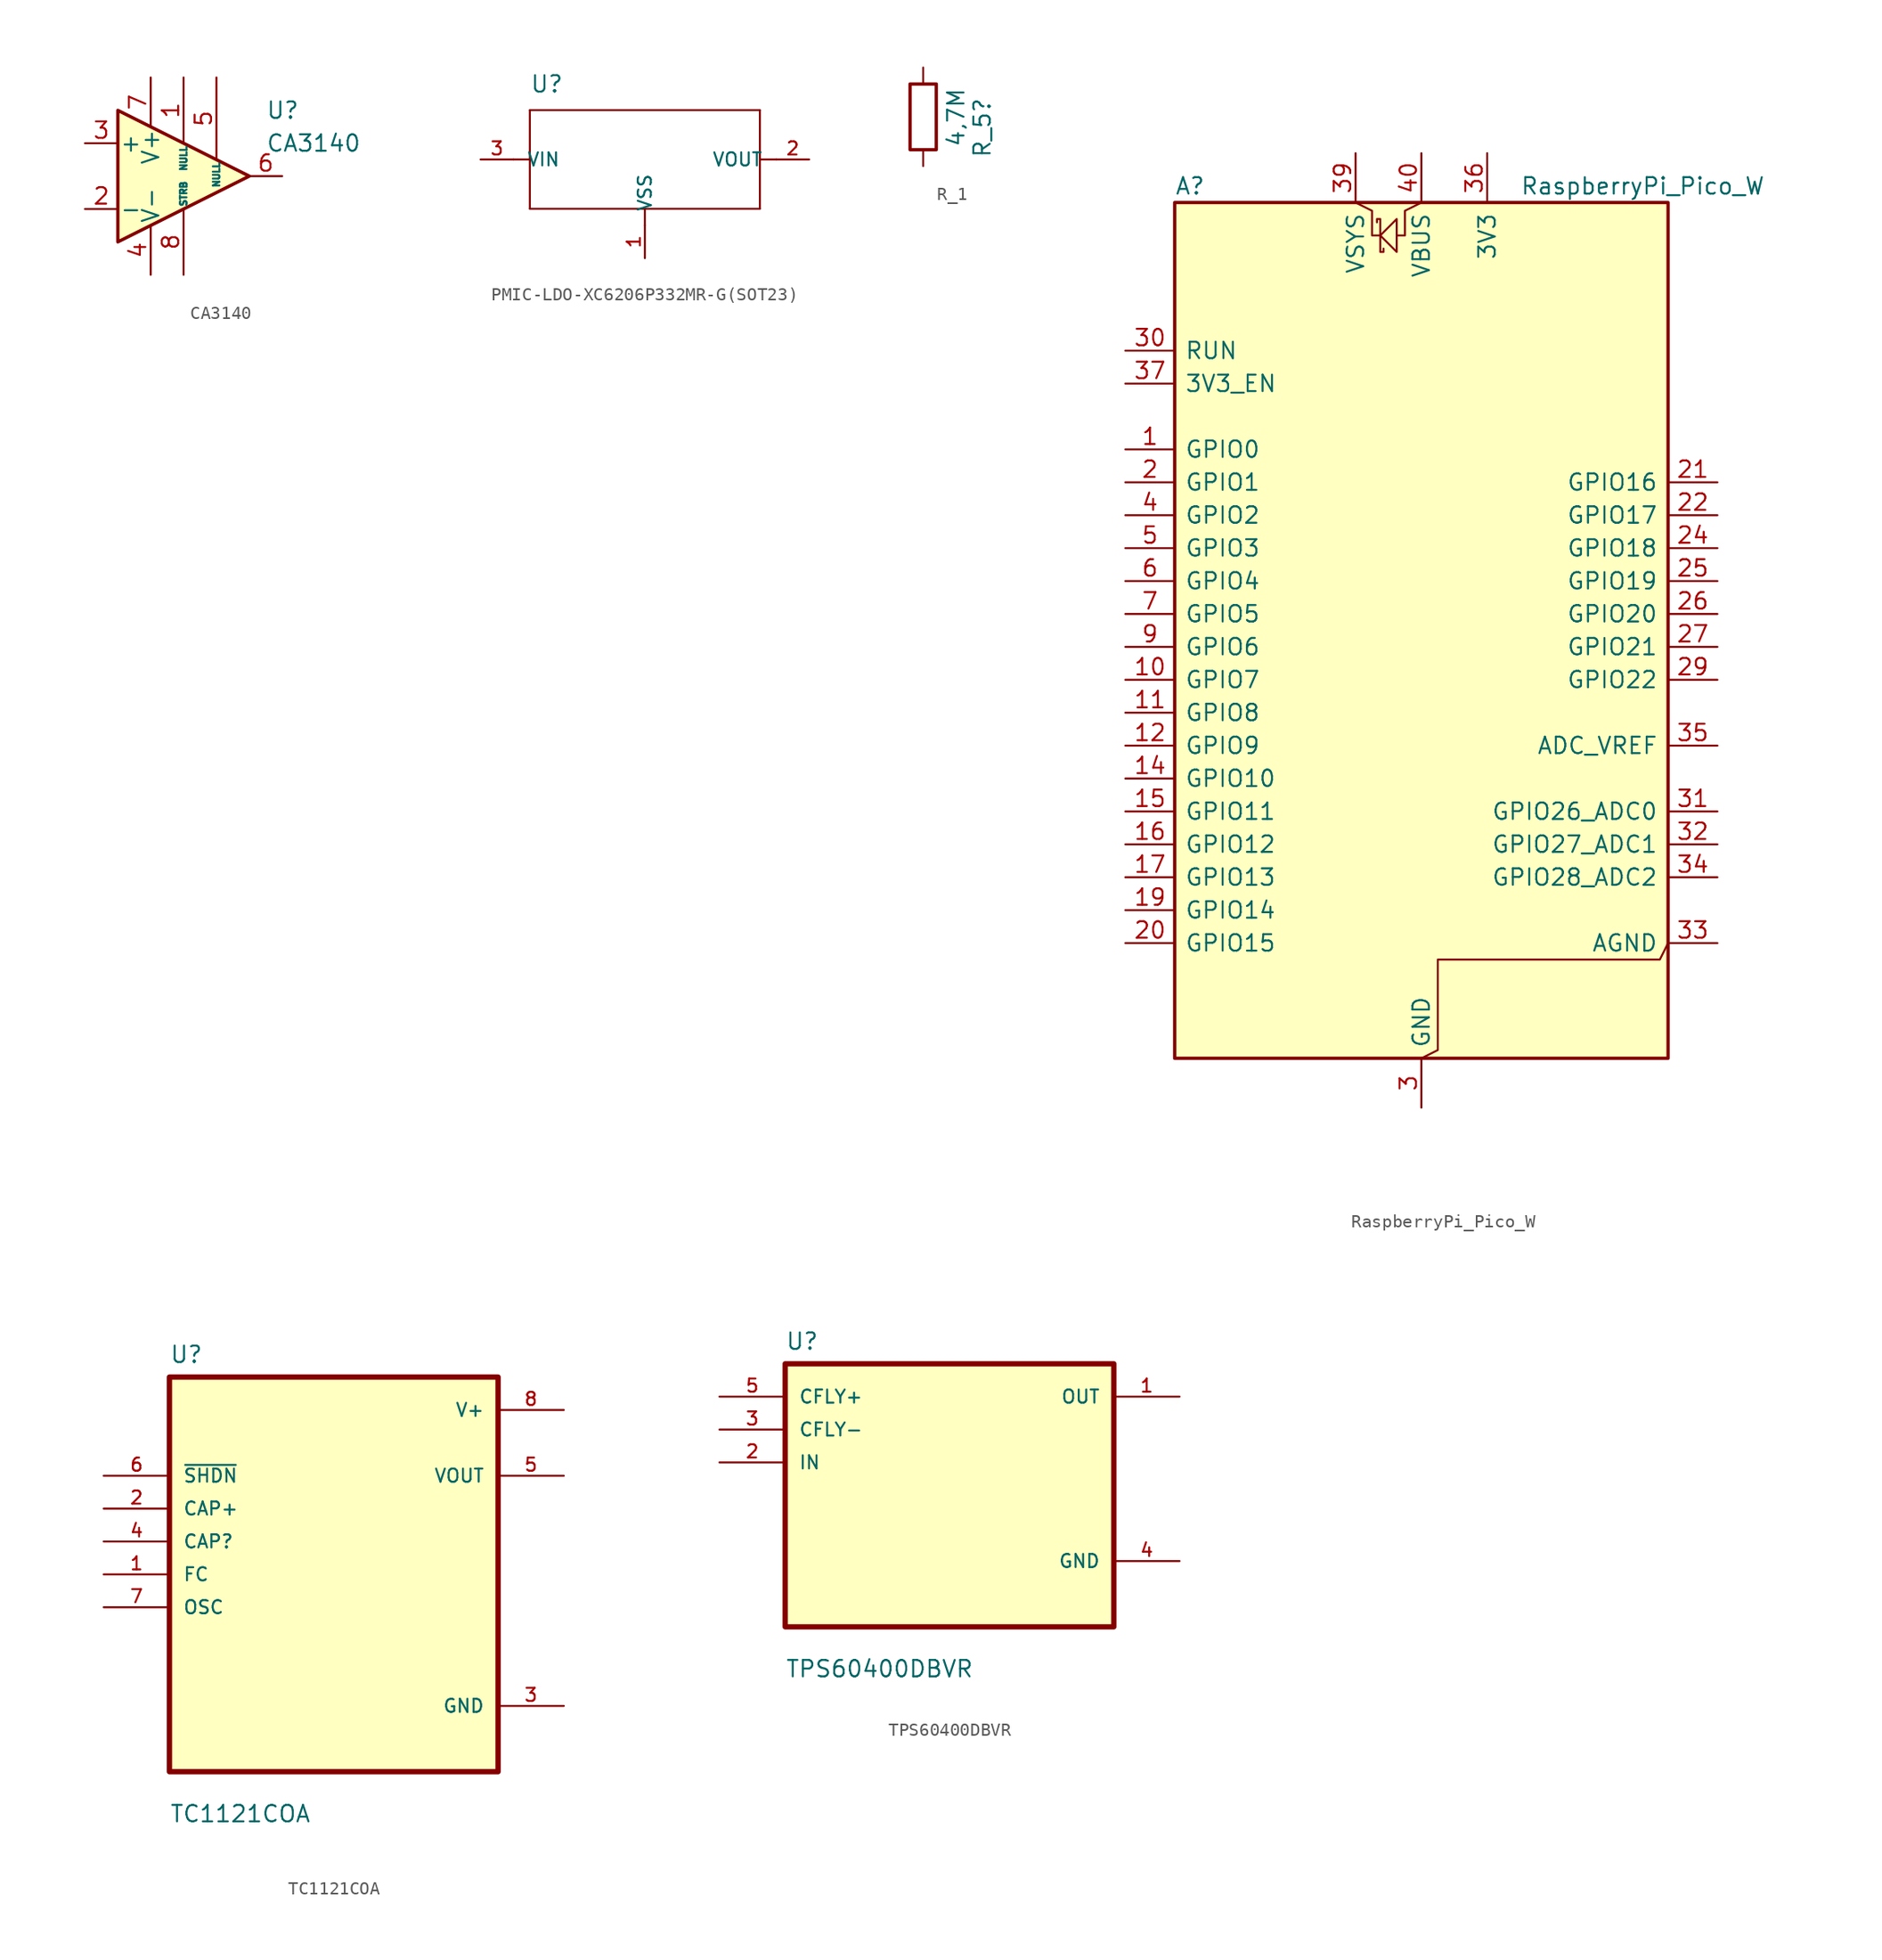
<source format=kicad_sym>
(kicad_symbol_lib
  (version 20241209)
  (generator "kicad_symbol_editor")
  (generator_version "9.0")
  (symbol "CA3140"
    (pin_names
      (offset 0.127))
    (property "Reference" "U"
      (at 6.35 5.08 0)
      (effects (font (size 1.27 1.27)) (justify left)))
    (property "Value" "CA3140"
      (at 6.35 2.54 0)
      (effects (font (size 1.27 1.27)) (justify left)))
    (symbol "CA3140_0_1"
      (polyline (pts (xy -5.08 5.08) (xy 5.08 0) (xy -5.08 -5.08) (xy -5.08 5.08)) (stroke (width 0.254) (type default)) (fill (type background))))
    (symbol "CA3140_1_1"
      (pin input line (at -7.62 2.54 0) (length 2.54) (name "+" (effects (font (size 1.27 1.27)))) (number "3" (effects (font (size 1.27 1.27)))))
      (pin input line (at -7.62 -2.54 0) (length 2.54) (name "-" (effects (font (size 1.27 1.27)))) (number "2" (effects (font (size 1.27 1.27)))))
      (pin power_in line (at -2.54 7.62 270) (length 3.81) (name "V+" (effects (font (size 1.27 1.27)))) (number "7" (effects (font (size 1.27 1.27)))))
      (pin power_in line (at -2.54 -7.62 90) (length 3.81) (name "V-" (effects (font (size 1.27 1.27)))) (number "4" (effects (font (size 1.27 1.27)))))
      (pin passive line (at 0 7.62 270) (length 5.08) (name "NULL" (effects (font (size 0.508 0.508)))) (number "1" (effects (font (size 1.27 1.27)))))
      (pin passive line (at 0 -7.62 90) (length 5.08) (name "STRB" (effects (font (size 0.508 0.508)))) (number "8" (effects (font (size 1.27 1.27)))))
      (pin passive line (at 2.54 7.62 270) (length 6.35) (name "NULL" (effects (font (size 0.508 0.508)))) (number "5" (effects (font (size 1.27 1.27)))))
      (pin output line (at 7.62 0 180) (length 2.54) (name "~" (effects (font (size 1.27 1.27)))) (number "6" (effects (font (size 1.27 1.27)))))))
  (symbol "PMIC-LDO-XC6206P332MR-G(SOT23)"
    (pin_names
      (offset 1.016))
    (property "Reference" "U"
      (at -8.89 5.08 0)
      (effects (font (size 1.27 1.27)) (justify left bottom)))
    (property "ki_locked" ""
      (at 0 0 0)
      (effects (font (size 1.27 1.27))))
    (symbol "PMIC-LDO-XC6206P332MR-G(SOT23)_0_0"
      (polyline (pts (xy -10.16 0) (xy -8.89 0)) (stroke (width 0.152) (type solid)) (fill (type none)))
      (polyline (pts (xy -8.89 3.81) (xy 8.89 3.81)) (stroke (width 0.152) (type solid)) (fill (type none)))
      (polyline (pts (xy -8.89 0) (xy -8.89 3.81)) (stroke (width 0.152) (type solid)) (fill (type none)))
      (polyline (pts (xy -8.89 -3.81) (xy -8.89 0)) (stroke (width 0.152) (type solid)) (fill (type none)))
      (polyline (pts (xy 0 -3.81) (xy -8.89 -3.81)) (stroke (width 0.152) (type solid)) (fill (type none)))
      (polyline (pts (xy 0 -5.08) (xy 0 -3.81)) (stroke (width 0.152) (type solid)) (fill (type none)))
      (polyline (pts (xy 8.89 3.81) (xy 8.89 0)) (stroke (width 0.152) (type solid)) (fill (type none)))
      (polyline (pts (xy 8.89 0) (xy 8.89 -3.81)) (stroke (width 0.152) (type solid)) (fill (type none)))
      (polyline (pts (xy 8.89 -3.81) (xy 0 -3.81)) (stroke (width 0.152) (type solid)) (fill (type none)))
      (polyline (pts (xy 10.16 0) (xy 8.89 0)) (stroke (width 0.152) (type solid)) (fill (type none)))
      (pin input line (at -12.7 0 0) (length 2.54) (name "VIN" (effects (font (size 1.016 1.016)))) (number "3" (effects (font (size 1.016 1.016)))))
      (pin output line (at 0 -7.62 90) (length 2.54) (name "VSS" (effects (font (size 1.016 1.016)))) (number "1" (effects (font (size 1.016 1.016)))))
      (pin output line (at 12.7 0 180) (length 2.54) (name "VOUT" (effects (font (size 1.016 1.016)))) (number "2" (effects (font (size 1.016 1.016)))))))
  (symbol "R_1"
    (pin_numbers
      (hide yes))
    (pin_names
      (offset 0))
    (property "Reference" "R_5"
      (at 4.572 1.524 90)
      (effects (font (size 1.27 1.27)) (justify right)))
    (property "Value" "4,7M"
      (at 2.54 2.286 90)
      (effects (font (size 1.27 1.27)) (justify right)))
    (symbol "R_1_0_1"
      (rectangle (start -1.016 2.54) (end 1.016 -2.54) (stroke (width 0.254) (type default)) (fill (type none))))
    (symbol "R_1_1_1"
      (pin passive line (at 0 3.81 270) (length 1.27) (name "~" (effects (font (size 1.27 1.27)))) (number "1" (effects (font (size 1.27 1.27)))))
      (pin passive line (at 0 -3.81 90) (length 1.27) (name "~" (effects (font (size 1.27 1.27)))) (number "2" (effects (font (size 1.27 1.27)))))))
  (symbol "RaspberryPi_Pico_W"
    (pin_names
      (offset 0.762))
    (property "Reference" "A"
      (at -19.05 35.56 0)
      (effects (font (size 1.27 1.27)) (justify left)))
    (property "Value" "RaspberryPi_Pico_W"
      (at 7.62 35.56 0)
      (effects (font (size 1.27 1.27)) (justify left)))
    (symbol "RaspberryPi_Pico_W_0_1"
      (rectangle (start -19.05 34.29) (end 19.05 -31.75) (stroke (width 0.254) (type default)) (fill (type background)))
      (polyline (pts (xy -5.08 34.29) (xy -3.81 33.655) (xy -3.81 31.75) (xy -3.175 31.75)) (stroke (width 0) (type default)) (fill (type none)))
      (polyline (pts (xy -3.429 32.766) (xy -3.429 33.02) (xy -3.175 33.02) (xy -3.175 30.48) (xy -2.921 30.48) (xy -2.921 30.734)) (stroke (width 0) (type default)) (fill (type none)))
      (polyline (pts (xy -3.175 31.75) (xy -1.905 33.02) (xy -1.905 30.48) (xy -3.175 31.75)) (stroke (width 0) (type default)) (fill (type none)))
      (polyline (pts (xy 0 34.29) (xy -1.27 33.655) (xy -1.27 31.75) (xy -1.905 31.75)) (stroke (width 0) (type default)) (fill (type none)))
      (polyline (pts (xy 0 -31.75) (xy 1.27 -31.115) (xy 1.27 -24.13) (xy 18.415 -24.13) (xy 19.05 -22.86)) (stroke (width 0) (type default)) (fill (type none))))
    (symbol "RaspberryPi_Pico_W_1_1"
      (pin passive line (at -22.86 22.86 0) (length 3.81) (name "RUN" (effects (font (size 1.27 1.27)))) (number "30" (effects (font (size 1.27 1.27)))) (alternate "~{RESET}" passive line))
      (pin passive line (at -22.86 20.32 0) (length 3.81) (name "3V3_EN" (effects (font (size 1.27 1.27)))) (number "37" (effects (font (size 1.27 1.27)))) (alternate "~{3V3_DISABLE}" passive line))
      (pin bidirectional line (at -22.86 15.24 0) (length 3.81) (name "GPIO0" (effects (font (size 1.27 1.27)))) (number "1" (effects (font (size 1.27 1.27)))) (alternate "I2C0_SDA" bidirectional line) (alternate "PWM0_A" output line) (alternate "SPI0_RX" input line) (alternate "UART0_TX" output line) (alternate "USB_OVCUR_DET" input line))
      (pin bidirectional line (at -22.86 12.7 0) (length 3.81) (name "GPIO1" (effects (font (size 1.27 1.27)))) (number "2" (effects (font (size 1.27 1.27)))) (alternate "I2C0_SCL" bidirectional clock) (alternate "PWM0_B" bidirectional line) (alternate "UART0_RX" input line) (alternate "USB_VBUS_DET" passive line) (alternate "~{SPI0_CSn}" bidirectional line))
      (pin bidirectional line (at -22.86 10.16 0) (length 3.81) (name "GPIO2" (effects (font (size 1.27 1.27)))) (number "4" (effects (font (size 1.27 1.27)))) (alternate "I2C1_SDA" bidirectional line) (alternate "PWM1_A" output line) (alternate "SPI0_SCK" bidirectional clock) (alternate "UART0_CTS" input line) (alternate "USB_VBUS_EN" output line))
      (pin bidirectional line (at -22.86 7.62 0) (length 3.81) (name "GPIO3" (effects (font (size 1.27 1.27)))) (number "5" (effects (font (size 1.27 1.27)))) (alternate "I2C1_SCL" bidirectional clock) (alternate "PWM1_B" bidirectional line) (alternate "SPI0_TX" output line) (alternate "UART0_RTS" output line) (alternate "USB_OVCUR_DET" input line))
      (pin bidirectional line (at -22.86 5.08 0) (length 3.81) (name "GPIO4" (effects (font (size 1.27 1.27)))) (number "6" (effects (font (size 1.27 1.27)))) (alternate "I2C0_SDA" bidirectional line) (alternate "PWM2_A" output line) (alternate "SPI0_RX" input line) (alternate "UART1_TX" output line) (alternate "USB_VBUS_DET" input line))
      (pin bidirectional line (at -22.86 2.54 0) (length 3.81) (name "GPIO5" (effects (font (size 1.27 1.27)))) (number "7" (effects (font (size 1.27 1.27)))) (alternate "I2C0_SCL" bidirectional clock) (alternate "PWM2_B" bidirectional line) (alternate "UART1_RX" input line) (alternate "USB_VBUS_EN" output line) (alternate "~{SPI0_CSn}" bidirectional line))
      (pin bidirectional line (at -22.86 0 0) (length 3.81) (name "GPIO6" (effects (font (size 1.27 1.27)))) (number "9" (effects (font (size 1.27 1.27)))) (alternate "I2C1_SDA" bidirectional line) (alternate "PWM3_A" output line) (alternate "SPI0_SCK" bidirectional clock) (alternate "UART1_CTS" input line) (alternate "USB_OVCUR_DET" input line))
      (pin bidirectional line (at -22.86 -2.54 0) (length 3.81) (name "GPIO7" (effects (font (size 1.27 1.27)))) (number "10" (effects (font (size 1.27 1.27)))) (alternate "I2C1_SCL" bidirectional clock) (alternate "PWM3_B" bidirectional line) (alternate "SPI0_TX" output line) (alternate "UART1_RTS" output line) (alternate "USB_VBUS_DET" input line))
      (pin bidirectional line (at -22.86 -5.08 0) (length 3.81) (name "GPIO8" (effects (font (size 1.27 1.27)))) (number "11" (effects (font (size 1.27 1.27)))) (alternate "I2C0_SDA" bidirectional line) (alternate "PWM4_A" output line) (alternate "SPI1_RX" input line) (alternate "UART1_TX" output line) (alternate "USB_VBUS_EN" output line))
      (pin bidirectional line (at -22.86 -7.62 0) (length 3.81) (name "GPIO9" (effects (font (size 1.27 1.27)))) (number "12" (effects (font (size 1.27 1.27)))) (alternate "I2C0_SCL" bidirectional clock) (alternate "PWM4_B" bidirectional line) (alternate "UART1_RX" input line) (alternate "USB_OVCUR_DET" input line) (alternate "~{SPI1_CSn}" bidirectional line))
      (pin bidirectional line (at -22.86 -10.16 0) (length 3.81) (name "GPIO10" (effects (font (size 1.27 1.27)))) (number "14" (effects (font (size 1.27 1.27)))) (alternate "I2C1_SDA" bidirectional line) (alternate "PWM5_A" output line) (alternate "SPI1_SCK" bidirectional clock) (alternate "UART1_CTS" input line) (alternate "USB_VBUS_DET" input line))
      (pin bidirectional line (at -22.86 -12.7 0) (length 3.81) (name "GPIO11" (effects (font (size 1.27 1.27)))) (number "15" (effects (font (size 1.27 1.27)))) (alternate "I2C1_SCL" bidirectional clock) (alternate "PWM5_B" bidirectional line) (alternate "SPI1_TX" output line) (alternate "UART1_RTS" output line) (alternate "USB_VBUS_EN" output line))
      (pin bidirectional line (at -22.86 -15.24 0) (length 3.81) (name "GPIO12" (effects (font (size 1.27 1.27)))) (number "16" (effects (font (size 1.27 1.27)))) (alternate "I2C0_SDA" bidirectional line) (alternate "PWM6_A" output line) (alternate "SPI1_RX" input line) (alternate "UART0_TX" output line) (alternate "USB_OVCUR_DET" input line))
      (pin bidirectional line (at -22.86 -17.78 0) (length 3.81) (name "GPIO13" (effects (font (size 1.27 1.27)))) (number "17" (effects (font (size 1.27 1.27)))) (alternate "I2C0_SCL" bidirectional clock) (alternate "PWM6_B" bidirectional line) (alternate "UART0_RX" input line) (alternate "USB_VBUS_DET" input line) (alternate "~{SPI1_CSn}" bidirectional line))
      (pin bidirectional line (at -22.86 -20.32 0) (length 3.81) (name "GPIO14" (effects (font (size 1.27 1.27)))) (number "19" (effects (font (size 1.27 1.27)))) (alternate "I2C1_SDA" bidirectional line) (alternate "PWM7_A" output line) (alternate "SPI1_SCK" bidirectional clock) (alternate "UART0_CTS" input line) (alternate "USB_VBUS_EN" output line))
      (pin bidirectional line (at -22.86 -22.86 0) (length 3.81) (name "GPIO15" (effects (font (size 1.27 1.27)))) (number "20" (effects (font (size 1.27 1.27)))) (alternate "I2C1_SCL" bidirectional clock) (alternate "PWM7_B" bidirectional line) (alternate "SPI1_TX" output line) (alternate "UART0_RTS" output line) (alternate "USB_OVCUR_DET" input line))
      (pin power_in line (at -5.08 38.1 270) (length 3.81) (name "VSYS" (effects (font (size 1.27 1.27)))) (number "39" (effects (font (size 1.27 1.27)))) (alternate "VSYS_OUT" power_out line))
      (pin power_out line (at 0 38.1 270) (length 3.81) (name "VBUS" (effects (font (size 1.27 1.27)))) (number "40" (effects (font (size 1.27 1.27)))) (alternate "VBUS_IN" power_in line))
      (pin passive line (at 0 -35.56 90) (length 3.81) (hide yes) (name "GND" (effects (font (size 1.27 1.27)))) (number "13" (effects (font (size 1.27 1.27)))))
      (pin passive line (at 0 -35.56 90) (length 3.81) (hide yes) (name "GND" (effects (font (size 1.27 1.27)))) (number "18" (effects (font (size 1.27 1.27)))))
      (pin passive line (at 0 -35.56 90) (length 3.81) (hide yes) (name "GND" (effects (font (size 1.27 1.27)))) (number "23" (effects (font (size 1.27 1.27)))))
      (pin passive line (at 0 -35.56 90) (length 3.81) (hide yes) (name "GND" (effects (font (size 1.27 1.27)))) (number "28" (effects (font (size 1.27 1.27)))))
      (pin power_out line (at 0 -35.56 90) (length 3.81) (name "GND" (effects (font (size 1.27 1.27)))) (number "3" (effects (font (size 1.27 1.27)))) (alternate "GND_IN" power_in line))
      (pin passive line (at 0 -35.56 90) (length 3.81) (hide yes) (name "GND" (effects (font (size 1.27 1.27)))) (number "38" (effects (font (size 1.27 1.27)))))
      (pin passive line (at 0 -35.56 90) (length 3.81) (hide yes) (name "GND" (effects (font (size 1.27 1.27)))) (number "8" (effects (font (size 1.27 1.27)))))
      (pin power_out line (at 5.08 38.1 270) (length 3.81) (name "3V3" (effects (font (size 1.27 1.27)))) (number "36" (effects (font (size 1.27 1.27)))))
      (pin bidirectional line (at 22.86 12.7 180) (length 3.81) (name "GPIO16" (effects (font (size 1.27 1.27)))) (number "21" (effects (font (size 1.27 1.27)))) (alternate "I2C0_SDA" bidirectional line) (alternate "PWM0_A" output line) (alternate "SPI0_RX" input line) (alternate "UART0_TX" output line) (alternate "USB_VBUS_DET" input line))
      (pin bidirectional line (at 22.86 10.16 180) (length 3.81) (name "GPIO17" (effects (font (size 1.27 1.27)))) (number "22" (effects (font (size 1.27 1.27)))) (alternate "I2C0_SCL" bidirectional clock) (alternate "PWM0_B" bidirectional line) (alternate "UART0_RX" input line) (alternate "USB_VBUS_EN" output line) (alternate "~{SPI0_CSn}" bidirectional line))
      (pin bidirectional line (at 22.86 7.62 180) (length 3.81) (name "GPIO18" (effects (font (size 1.27 1.27)))) (number "24" (effects (font (size 1.27 1.27)))) (alternate "I2C1_SDA" bidirectional line) (alternate "PWM1_A" output line) (alternate "SPI0_SCK" bidirectional clock) (alternate "UART0_CTS" input line) (alternate "USB_OVCUR_DET" input line))
      (pin bidirectional line (at 22.86 5.08 180) (length 3.81) (name "GPIO19" (effects (font (size 1.27 1.27)))) (number "25" (effects (font (size 1.27 1.27)))) (alternate "I2C1_SCL" bidirectional clock) (alternate "PWM1_B" bidirectional line) (alternate "SPI0_TX" output line) (alternate "UART0_RTS" output line) (alternate "USB_VBUS_DET" input line))
      (pin bidirectional line (at 22.86 2.54 180) (length 3.81) (name "GPIO20" (effects (font (size 1.27 1.27)))) (number "26" (effects (font (size 1.27 1.27)))) (alternate "CLOCK_GPIN0" input clock) (alternate "I2C0_SDA" bidirectional line) (alternate "PWM2_A" output line) (alternate "SPI0_RX" input line) (alternate "UART1_TX" output line) (alternate "USB_VBUS_EN" output line))
      (pin bidirectional line (at 22.86 0 180) (length 3.81) (name "GPIO21" (effects (font (size 1.27 1.27)))) (number "27" (effects (font (size 1.27 1.27)))) (alternate "CLOCK_GPOUT0" output clock) (alternate "I2C0_SCL" bidirectional clock) (alternate "PWM2_B" bidirectional line) (alternate "UART1_RX" input line) (alternate "USB_OVCUR_DET" input line) (alternate "~{SPI0_CSn}" bidirectional line))
      (pin bidirectional line (at 22.86 -2.54 180) (length 3.81) (name "GPIO22" (effects (font (size 1.27 1.27)))) (number "29" (effects (font (size 1.27 1.27)))) (alternate "CLOCK_GPIN1" input clock) (alternate "I2C1_SDA" bidirectional line) (alternate "PWM3_A" output line) (alternate "SPI0_SCK" bidirectional clock) (alternate "UART1_CTS" input line) (alternate "USB_VBUS_DET" input line))
      (pin power_in line (at 22.86 -7.62 180) (length 3.81) (name "ADC_VREF" (effects (font (size 1.27 1.27)))) (number "35" (effects (font (size 1.27 1.27)))))
      (pin bidirectional line (at 22.86 -12.7 180) (length 3.81) (name "GPIO26_ADC0" (effects (font (size 1.27 1.27)))) (number "31" (effects (font (size 1.27 1.27)))) (alternate "ADC0" input line) (alternate "GPIO26" bidirectional line) (alternate "I2C1_SDA" bidirectional line) (alternate "PWM5_A" output line) (alternate "SPI1_SCK" bidirectional clock) (alternate "UART1_CTS" input line) (alternate "USB_VBUS_EN" output line))
      (pin bidirectional line (at 22.86 -15.24 180) (length 3.81) (name "GPIO27_ADC1" (effects (font (size 1.27 1.27)))) (number "32" (effects (font (size 1.27 1.27)))) (alternate "ADC1" input line) (alternate "GPIO27" bidirectional line) (alternate "I2C1_SCL" bidirectional clock) (alternate "PWM5_B" bidirectional line) (alternate "SPI1_TX" output line) (alternate "UART1_RTS" output line) (alternate "USB_OVCUR_DET" input line))
      (pin bidirectional line (at 22.86 -17.78 180) (length 3.81) (name "GPIO28_ADC2" (effects (font (size 1.27 1.27)))) (number "34" (effects (font (size 1.27 1.27)))) (alternate "ADC2" input line) (alternate "GPIO28" bidirectional line) (alternate "I2C0_SDA" bidirectional line) (alternate "PWM6_A" output line) (alternate "SPI1_RX" input line) (alternate "UART0_TX" output line) (alternate "USB_VBUS_DET" input line))
      (pin power_out line (at 22.86 -22.86 180) (length 3.81) (name "AGND" (effects (font (size 1.27 1.27)))) (number "33" (effects (font (size 1.27 1.27)))) (alternate "GND" passive line))))
  (symbol "TC1121COA"
    (pin_names
      (offset 1.016))
    (property "Reference" "U"
      (at -12.7 16.24 0)
      (effects (font (size 1.27 1.27)) (justify left bottom)))
    (property "Value" "TC1121COA"
      (at -12.7 -19.24 0)
      (effects (font (size 1.27 1.27)) (justify left bottom)))
    (symbol "TC1121COA_0_0"
      (rectangle (start -12.7 -15.24) (end 12.7 15.24) (stroke (width 0.41) (type default)) (fill (type background)))
      (pin input line (at -17.78 7.62 0) (length 5.08) (name "~{SHDN}" (effects (font (size 1.016 1.016)))) (number "6" (effects (font (size 1.016 1.016)))))
      (pin input line (at -17.78 5.08 0) (length 5.08) (name "CAP+" (effects (font (size 1.016 1.016)))) (number "2" (effects (font (size 1.016 1.016)))))
      (pin input line (at -17.78 2.54 0) (length 5.08) (name "CAP?" (effects (font (size 1.016 1.016)))) (number "4" (effects (font (size 1.016 1.016)))))
      (pin input line (at -17.78 0 0) (length 5.08) (name "FC" (effects (font (size 1.016 1.016)))) (number "1" (effects (font (size 1.016 1.016)))))
      (pin input line (at -17.78 -2.54 0) (length 5.08) (name "OSC" (effects (font (size 1.016 1.016)))) (number "7" (effects (font (size 1.016 1.016)))))
      (pin power_in line (at 17.78 12.7 180) (length 5.08) (name "V+" (effects (font (size 1.016 1.016)))) (number "8" (effects (font (size 1.016 1.016)))))
      (pin output line (at 17.78 7.62 180) (length 5.08) (name "VOUT" (effects (font (size 1.016 1.016)))) (number "5" (effects (font (size 1.016 1.016)))))
      (pin power_in line (at 17.78 -10.16 180) (length 5.08) (name "GND" (effects (font (size 1.016 1.016)))) (number "3" (effects (font (size 1.016 1.016)))))))
  (symbol "TPS60400DBVR"
    (pin_names
      (offset 1.016))
    (property "Reference" "U"
      (at -12.7 11.151 0)
      (effects (font (size 1.27 1.27)) (justify left bottom)))
    (property "Value" "TPS60400DBVR"
      (at -12.7 -14.148 0)
      (effects (font (size 1.27 1.27)) (justify left bottom)))
    (property "ki_locked" ""
      (at 0 0 0)
      (effects (font (size 1.27 1.27))))
    (symbol "TPS60400DBVR_0_0"
      (rectangle (start -12.7 -10.16) (end 12.7 10.16) (stroke (width 0.406) (type solid)) (fill (type background)))
      (pin input line (at -17.78 7.62 0) (length 5.08) (name "CFLY+" (effects (font (size 1.016 1.016)))) (number "5" (effects (font (size 1.016 1.016)))))
      (pin input line (at -17.78 5.08 0) (length 5.08) (name "CFLY-" (effects (font (size 1.016 1.016)))) (number "3" (effects (font (size 1.016 1.016)))))
      (pin input line (at -17.78 2.54 0) (length 5.08) (name "IN" (effects (font (size 1.016 1.016)))) (number "2" (effects (font (size 1.016 1.016)))))
      (pin output line (at 17.78 7.62 180) (length 5.08) (name "OUT" (effects (font (size 1.016 1.016)))) (number "1" (effects (font (size 1.016 1.016)))))
      (pin power_in line (at 17.78 -5.08 180) (length 5.08) (name "GND" (effects (font (size 1.016 1.016)))) (number "4" (effects (font (size 1.016 1.016))))))))
</source>
